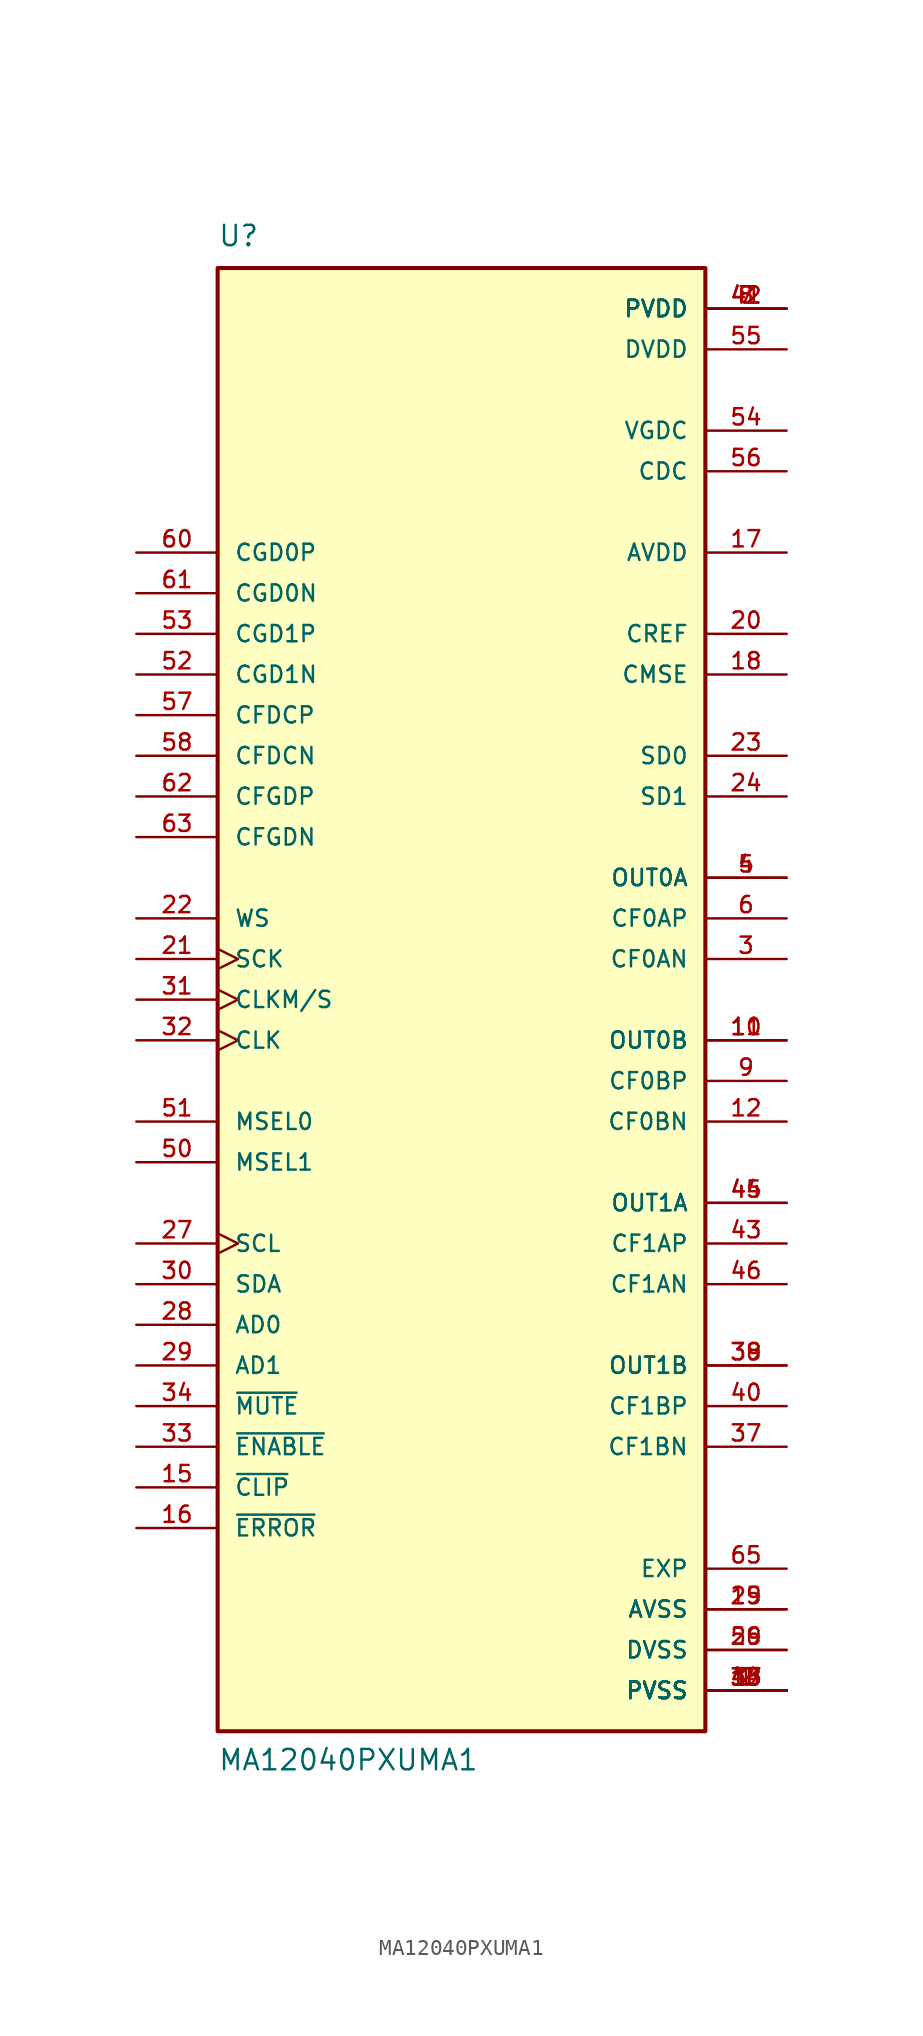
<source format=kicad_sym>
(kicad_symbol_lib
  (version 20211014)
  (generator kicad_symbol_editor)
  (symbol "MA12040PXUMA1"
    (pin_names
      (offset 1.016))
    (property "Reference" "U"
      (at -15.24 46.99 0)
      (effects (font (size 1.27 1.27)) (justify bottom left)))
    (property "Value" "MA12040PXUMA1"
      (at -15.24 -48.26 0)
      (effects (font (size 1.27 1.27)) (justify bottom left)))
    (symbol "MA12040PXUMA1_0_0"
      (rectangle (start -15.24 -45.72) (end 15.24 45.72) (stroke (width 0.254)) (fill (type background)))
      (pin passive line (at 20.32 2.54 180.0) (length 5.08) (name "CF0AN" (effects (font (size 1.016 1.016)))) (number "3" (effects (font (size 1.016 1.016)))))
      (pin output line (at 20.32 7.62 180.0) (length 5.08) (name "OUT0A" (effects (font (size 1.016 1.016)))) (number "4" (effects (font (size 1.016 1.016)))))
      (pin output line (at 20.32 7.62 180.0) (length 5.08) (name "OUT0A" (effects (font (size 1.016 1.016)))) (number "5" (effects (font (size 1.016 1.016)))))
      (pin passive line (at 20.32 5.08 180.0) (length 5.08) (name "CF0AP" (effects (font (size 1.016 1.016)))) (number "6" (effects (font (size 1.016 1.016)))))
      (pin passive line (at 20.32 -5.08 180.0) (length 5.08) (name "CF0BP" (effects (font (size 1.016 1.016)))) (number "9" (effects (font (size 1.016 1.016)))))
      (pin output line (at 20.32 -2.54 180.0) (length 5.08) (name "OUT0B" (effects (font (size 1.016 1.016)))) (number "10" (effects (font (size 1.016 1.016)))))
      (pin output line (at 20.32 -2.54 180.0) (length 5.08) (name "OUT0B" (effects (font (size 1.016 1.016)))) (number "11" (effects (font (size 1.016 1.016)))))
      (pin passive line (at 20.32 -7.62 180.0) (length 5.08) (name "CF0BN" (effects (font (size 1.016 1.016)))) (number "12" (effects (font (size 1.016 1.016)))))
      (pin output line (at -20.32 -30.48 0) (length 5.08) (name "~{CLIP}" (effects (font (size 1.016 1.016)))) (number "15" (effects (font (size 1.016 1.016)))))
      (pin output line (at -20.32 -33.02 0) (length 5.08) (name "~{ERROR}" (effects (font (size 1.016 1.016)))) (number "16" (effects (font (size 1.016 1.016)))))
      (pin power_in line (at 20.32 27.94 180.0) (length 5.08) (name "AVDD" (effects (font (size 1.016 1.016)))) (number "17" (effects (font (size 1.016 1.016)))))
      (pin power_in line (at 20.32 -38.1 180.0) (length 5.08) (name "AVSS" (effects (font (size 1.016 1.016)))) (number "19" (effects (font (size 1.016 1.016)))))
      (pin power_in line (at 20.32 -38.1 180.0) (length 5.08) (name "AVSS" (effects (font (size 1.016 1.016)))) (number "25" (effects (font (size 1.016 1.016)))))
      (pin output line (at 20.32 22.86 180.0) (length 5.08) (name "CREF" (effects (font (size 1.016 1.016)))) (number "20" (effects (font (size 1.016 1.016)))))
      (pin input line (at 20.32 15.24 180.0) (length 5.08) (name "SD0" (effects (font (size 1.016 1.016)))) (number "23" (effects (font (size 1.016 1.016)))))
      (pin input line (at 20.32 12.7 180.0) (length 5.08) (name "SD1" (effects (font (size 1.016 1.016)))) (number "24" (effects (font (size 1.016 1.016)))))
      (pin input clock (at -20.32 2.54 0) (length 5.08) (name "SCK" (effects (font (size 1.016 1.016)))) (number "21" (effects (font (size 1.016 1.016)))))
      (pin input line (at -20.32 5.08 0) (length 5.08) (name "WS" (effects (font (size 1.016 1.016)))) (number "22" (effects (font (size 1.016 1.016)))))
      (pin power_in line (at 20.32 -40.64 180.0) (length 5.08) (name "DVSS" (effects (font (size 1.016 1.016)))) (number "26" (effects (font (size 1.016 1.016)))))
      (pin power_in line (at 20.32 -40.64 180.0) (length 5.08) (name "DVSS" (effects (font (size 1.016 1.016)))) (number "59" (effects (font (size 1.016 1.016)))))
      (pin output clock (at -20.32 -15.24 0) (length 5.08) (name "SCL" (effects (font (size 1.016 1.016)))) (number "27" (effects (font (size 1.016 1.016)))))
      (pin input line (at -20.32 -20.32 0) (length 5.08) (name "AD0" (effects (font (size 1.016 1.016)))) (number "28" (effects (font (size 1.016 1.016)))))
      (pin input line (at -20.32 -22.86 0) (length 5.08) (name "AD1" (effects (font (size 1.016 1.016)))) (number "29" (effects (font (size 1.016 1.016)))))
      (pin input line (at -20.32 -17.78 0) (length 5.08) (name "SDA" (effects (font (size 1.016 1.016)))) (number "30" (effects (font (size 1.016 1.016)))))
      (pin input clock (at -20.32 0.0 0) (length 5.08) (name "CLKM/S" (effects (font (size 1.016 1.016)))) (number "31" (effects (font (size 1.016 1.016)))))
      (pin input clock (at -20.32 -2.54 0) (length 5.08) (name "CLK" (effects (font (size 1.016 1.016)))) (number "32" (effects (font (size 1.016 1.016)))))
      (pin input line (at -20.32 -27.94 0) (length 5.08) (name "~{ENABLE}" (effects (font (size 1.016 1.016)))) (number "33" (effects (font (size 1.016 1.016)))))
      (pin input line (at -20.32 -25.4 0) (length 5.08) (name "~{MUTE}" (effects (font (size 1.016 1.016)))) (number "34" (effects (font (size 1.016 1.016)))))
      (pin passive line (at 20.32 -27.94 180.0) (length 5.08) (name "CF1BN" (effects (font (size 1.016 1.016)))) (number "37" (effects (font (size 1.016 1.016)))))
      (pin output line (at 20.32 -22.86 180.0) (length 5.08) (name "OUT1B" (effects (font (size 1.016 1.016)))) (number "38" (effects (font (size 1.016 1.016)))))
      (pin output line (at 20.32 -22.86 180.0) (length 5.08) (name "OUT1B" (effects (font (size 1.016 1.016)))) (number "39" (effects (font (size 1.016 1.016)))))
      (pin power_in line (at 20.32 33.02 180.0) (length 5.08) (name "CDC" (effects (font (size 1.016 1.016)))) (number "56" (effects (font (size 1.016 1.016)))))
      (pin power_in line (at 20.32 40.64 180.0) (length 5.08) (name "DVDD" (effects (font (size 1.016 1.016)))) (number "55" (effects (font (size 1.016 1.016)))))
      (pin power_in line (at 20.32 35.56 180.0) (length 5.08) (name "VGDC" (effects (font (size 1.016 1.016)))) (number "54" (effects (font (size 1.016 1.016)))))
      (pin passive line (at -20.32 22.86 0) (length 5.08) (name "CGD1P" (effects (font (size 1.016 1.016)))) (number "53" (effects (font (size 1.016 1.016)))))
      (pin passive line (at -20.32 20.32 0) (length 5.08) (name "CGD1N" (effects (font (size 1.016 1.016)))) (number "52" (effects (font (size 1.016 1.016)))))
      (pin input line (at -20.32 -10.16 0) (length 5.08) (name "MSEL1" (effects (font (size 1.016 1.016)))) (number "50" (effects (font (size 1.016 1.016)))))
      (pin input line (at -20.32 -7.62 0) (length 5.08) (name "MSEL0" (effects (font (size 1.016 1.016)))) (number "51" (effects (font (size 1.016 1.016)))))
      (pin passive line (at 20.32 -17.78 180.0) (length 5.08) (name "CF1AN" (effects (font (size 1.016 1.016)))) (number "46" (effects (font (size 1.016 1.016)))))
      (pin output line (at 20.32 -12.7 180.0) (length 5.08) (name "OUT1A" (effects (font (size 1.016 1.016)))) (number "44" (effects (font (size 1.016 1.016)))))
      (pin output line (at 20.32 -12.7 180.0) (length 5.08) (name "OUT1A" (effects (font (size 1.016 1.016)))) (number "45" (effects (font (size 1.016 1.016)))))
      (pin passive line (at 20.32 -15.24 180.0) (length 5.08) (name "CF1AP" (effects (font (size 1.016 1.016)))) (number "43" (effects (font (size 1.016 1.016)))))
      (pin passive line (at 20.32 -25.4 180.0) (length 5.08) (name "CF1BP" (effects (font (size 1.016 1.016)))) (number "40" (effects (font (size 1.016 1.016)))))
      (pin power_in line (at 20.32 43.18 180.0) (length 5.08) (name "PVDD" (effects (font (size 1.016 1.016)))) (number "7" (effects (font (size 1.016 1.016)))))
      (pin power_in line (at 20.32 43.18 180.0) (length 5.08) (name "PVDD" (effects (font (size 1.016 1.016)))) (number "8" (effects (font (size 1.016 1.016)))))
      (pin power_in line (at 20.32 43.18 180.0) (length 5.08) (name "PVDD" (effects (font (size 1.016 1.016)))) (number "41" (effects (font (size 1.016 1.016)))))
      (pin power_in line (at 20.32 43.18 180.0) (length 5.08) (name "PVDD" (effects (font (size 1.016 1.016)))) (number "42" (effects (font (size 1.016 1.016)))))
      (pin power_in line (at 20.32 -43.18 180.0) (length 5.08) (name "PVSS" (effects (font (size 1.016 1.016)))) (number "1" (effects (font (size 1.016 1.016)))))
      (pin power_in line (at 20.32 -43.18 180.0) (length 5.08) (name "PVSS" (effects (font (size 1.016 1.016)))) (number "2" (effects (font (size 1.016 1.016)))))
      (pin power_in line (at 20.32 -43.18 180.0) (length 5.08) (name "PVSS" (effects (font (size 1.016 1.016)))) (number "13" (effects (font (size 1.016 1.016)))))
      (pin power_in line (at 20.32 -43.18 180.0) (length 5.08) (name "PVSS" (effects (font (size 1.016 1.016)))) (number "14" (effects (font (size 1.016 1.016)))))
      (pin power_in line (at 20.32 -43.18 180.0) (length 5.08) (name "PVSS" (effects (font (size 1.016 1.016)))) (number "35" (effects (font (size 1.016 1.016)))))
      (pin power_in line (at 20.32 -43.18 180.0) (length 5.08) (name "PVSS" (effects (font (size 1.016 1.016)))) (number "36" (effects (font (size 1.016 1.016)))))
      (pin power_in line (at 20.32 -43.18 180.0) (length 5.08) (name "PVSS" (effects (font (size 1.016 1.016)))) (number "47" (effects (font (size 1.016 1.016)))))
      (pin power_in line (at 20.32 -43.18 180.0) (length 5.08) (name "PVSS" (effects (font (size 1.016 1.016)))) (number "48" (effects (font (size 1.016 1.016)))))
      (pin power_in line (at 20.32 -35.56 180.0) (length 5.08) (name "EXP" (effects (font (size 1.016 1.016)))) (number "65" (effects (font (size 1.016 1.016)))))
      (pin passive line (at -20.32 10.16 0) (length 5.08) (name "CFGDN" (effects (font (size 1.016 1.016)))) (number "63" (effects (font (size 1.016 1.016)))))
      (pin passive line (at -20.32 12.7 0) (length 5.08) (name "CFGDP" (effects (font (size 1.016 1.016)))) (number "62" (effects (font (size 1.016 1.016)))))
      (pin passive line (at -20.32 25.4 0) (length 5.08) (name "CGD0N" (effects (font (size 1.016 1.016)))) (number "61" (effects (font (size 1.016 1.016)))))
      (pin passive line (at -20.32 27.94 0) (length 5.08) (name "CGD0P" (effects (font (size 1.016 1.016)))) (number "60" (effects (font (size 1.016 1.016)))))
      (pin passive line (at -20.32 15.24 0) (length 5.08) (name "CFDCN" (effects (font (size 1.016 1.016)))) (number "58" (effects (font (size 1.016 1.016)))))
      (pin passive line (at -20.32 17.78 0) (length 5.08) (name "CFDCP" (effects (font (size 1.016 1.016)))) (number "57" (effects (font (size 1.016 1.016)))))
      (pin output line (at 20.32 20.32 180.0) (length 5.08) (name "CMSE" (effects (font (size 1.016 1.016)))) (number "18" (effects (font (size 1.016 1.016))))))))
</source>
